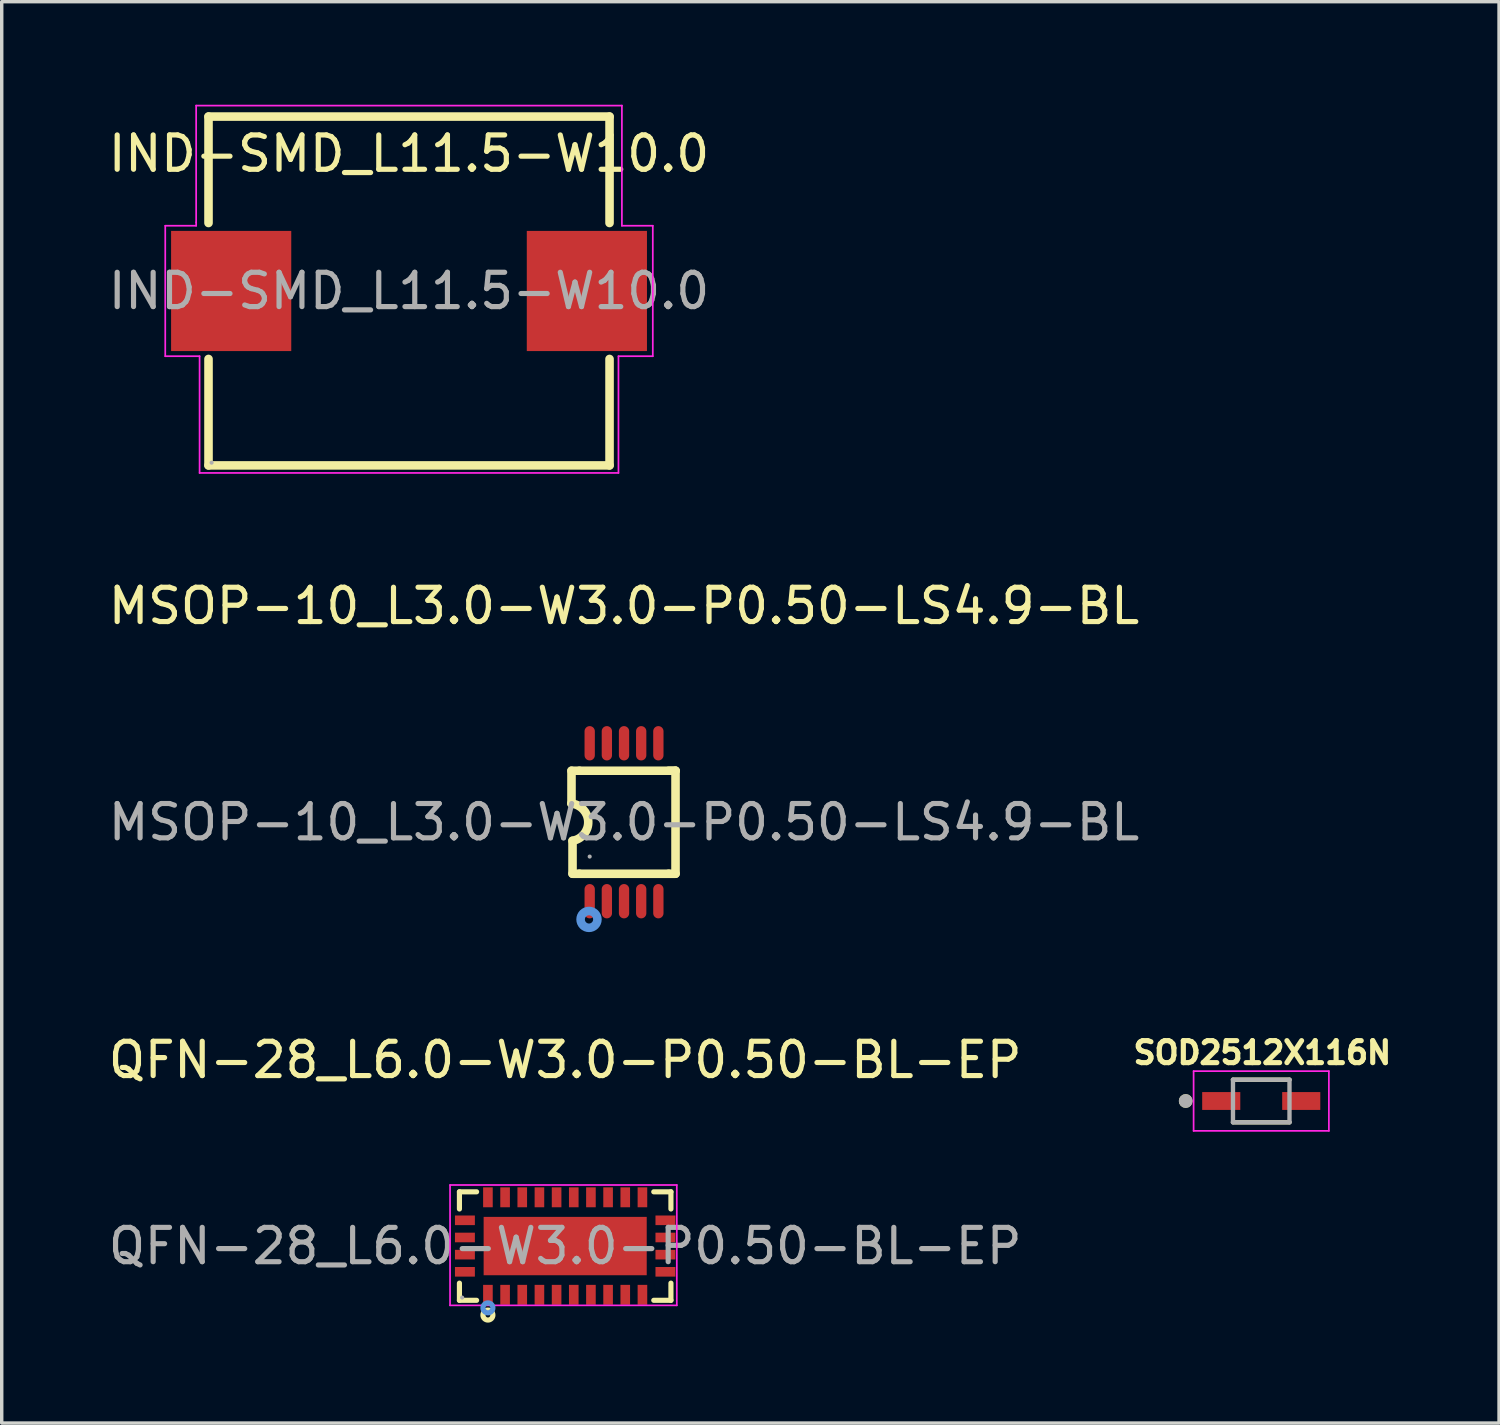
<source format=kicad_pcb>
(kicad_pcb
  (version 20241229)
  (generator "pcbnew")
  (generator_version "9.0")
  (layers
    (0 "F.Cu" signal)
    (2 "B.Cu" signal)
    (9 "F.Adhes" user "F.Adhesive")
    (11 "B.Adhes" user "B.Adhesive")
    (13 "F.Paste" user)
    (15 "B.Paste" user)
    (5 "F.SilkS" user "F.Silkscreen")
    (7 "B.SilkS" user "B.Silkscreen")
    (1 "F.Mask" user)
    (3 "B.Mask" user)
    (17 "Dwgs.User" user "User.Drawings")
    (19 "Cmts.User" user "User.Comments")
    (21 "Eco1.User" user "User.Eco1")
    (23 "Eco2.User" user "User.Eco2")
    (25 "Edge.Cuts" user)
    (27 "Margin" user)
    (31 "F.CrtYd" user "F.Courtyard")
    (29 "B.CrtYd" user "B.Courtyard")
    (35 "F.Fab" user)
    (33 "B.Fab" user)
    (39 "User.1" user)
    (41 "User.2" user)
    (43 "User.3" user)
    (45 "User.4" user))
  (footprint "SOD2512X116N"
    (layer "F.Cu")
    (at 33.684 29.017)
    (property "Reference" "SOD2512X116N" (at 0.032 -1.406 0) (layer "F.SilkS") (effects (font (size 0.64 0.64) (thickness 0.15))))
    (attr smd)
    (fp_line (start -0.823 0.62) (end 0.823 0.62) (stroke (width 0.127) (type solid)) (layer "F.SilkS"))
    (fp_line (start 0.823 -0.62) (end -0.823 -0.62) (stroke (width 0.127) (type solid)) (layer "F.SilkS"))
    (fp_circle (center -2.2 0) (end -2.1 0) (stroke (width 0.2) (type solid)) (fill no) (layer "F.SilkS"))
    (fp_line (start -1.97 -0.87) (end -1.97 0.87) (stroke (width 0.05) (type solid)) (layer "F.CrtYd"))
    (fp_line (start -1.97 0.87) (end 1.97 0.87) (stroke (width 0.05) (type solid)) (layer "F.CrtYd"))
    (fp_line (start 1.97 -0.87) (end -1.97 -0.87) (stroke (width 0.05) (type solid)) (layer "F.CrtYd"))
    (fp_line (start 1.97 0.87) (end 1.97 -0.87) (stroke (width 0.05) (type solid)) (layer "F.CrtYd"))
    (fp_line (start -0.823 -0.62) (end -0.823 0.62) (stroke (width 0.127) (type solid)) (layer "F.Fab"))
    (fp_line (start -0.823 0.62) (end 0.823 0.62) (stroke (width 0.127) (type solid)) (layer "F.Fab"))
    (fp_line (start 0.823 -0.62) (end -0.823 -0.62) (stroke (width 0.127) (type solid)) (layer "F.Fab"))
    (fp_line (start 0.823 0.62) (end 0.823 -0.62) (stroke (width 0.127) (type solid)) (layer "F.Fab"))
    (fp_circle (center -2.2 0) (end -2.1 0) (stroke (width 0.2) (type solid)) (fill no) (layer "F.Fab"))
    (pad "1" smd rect (at -1.165 0) (size 1.11 0.52) (layers "F.Cu" "F.Mask" "F.Paste"))
    (pad "2" smd rect (at 1.165 0) (size 1.11 0.52) (layers "F.Cu" "F.Mask" "F.Paste")))
  (footprint "IND-SMD_L11.5-W10.0"
    (layer "F.Cu")
    (at 8.863 5.425)
    (property "Reference" "IND-SMD_L11.5-W10.0" (at 0 -4 0) (layer "F.SilkS") (effects (font (size 1 1) (thickness 0.15))))
    (attr smd)
    (fp_line (start -5.84 -5.08) (end -5.84 -1.98) (stroke (width 0.25) (type solid)) (layer "F.SilkS"))
    (fp_line (start -5.84 1.98) (end -5.84 5.08) (stroke (width 0.25) (type solid)) (layer "F.SilkS"))
    (fp_line (start -5.84 5.08) (end 5.84 5.08) (stroke (width 0.25) (type solid)) (layer "F.SilkS"))
    (fp_line (start 5.84 -5.08) (end -5.84 -5.08) (stroke (width 0.25) (type solid)) (layer "F.SilkS"))
    (fp_line (start 5.84 -1.98) (end 5.84 -5.08) (stroke (width 0.25) (type solid)) (layer "F.SilkS"))
    (fp_line (start 5.84 5.08) (end 5.84 1.98) (stroke (width 0.25) (type solid)) (layer "F.SilkS"))
    (fp_line (start -7.1 -1.9) (end -6.2 -1.9) (stroke (width 0.05) (type default)) (layer "F.CrtYd"))
    (fp_line (start -7.1 1.9) (end -7.1 -1.9) (stroke (width 0.05) (type default)) (layer "F.CrtYd"))
    (fp_line (start -6.2 -5.4) (end 6.2 -5.4) (stroke (width 0.05) (type default)) (layer "F.CrtYd"))
    (fp_line (start -6.2 -2) (end -6.2 -5.4) (stroke (width 0.05) (type default)) (layer "F.CrtYd"))
    (fp_line (start -6.2 -1.9) (end -6.2 -2) (stroke (width 0.05) (type default)) (layer "F.CrtYd"))
    (fp_line (start -6.1 1.9) (end -7.1 1.9) (stroke (width 0.05) (type default)) (layer "F.CrtYd"))
    (fp_line (start -6.1 5.3) (end -6.1 1.9) (stroke (width 0.05) (type default)) (layer "F.CrtYd"))
    (fp_line (start 6.1 1.9) (end 6.1 5.3) (stroke (width 0.05) (type default)) (layer "F.CrtYd"))
    (fp_line (start 6.1 5.3) (end -6.1 5.3) (stroke (width 0.05) (type default)) (layer "F.CrtYd"))
    (fp_line (start 6.2 -5.4) (end 6.2 -1.9) (stroke (width 0.05) (type default)) (layer "F.CrtYd"))
    (fp_line (start 6.2 -1.9) (end 7.1 -1.9) (stroke (width 0.05) (type default)) (layer "F.CrtYd"))
    (fp_line (start 7.1 -1.9) (end 7.1 1.9) (stroke (width 0.05) (type default)) (layer "F.CrtYd"))
    (fp_line (start 7.1 1.9) (end 6.1 1.9) (stroke (width 0.05) (type default)) (layer "F.CrtYd"))
    (fp_circle (center -5.75 5) (end -5.72 5) (stroke (width 0.06) (type solid)) (fill no) (layer "F.Fab"))
    (fp_text user "${REFERENCE}" (at 0 0 0) (layer "F.Fab") (effects (font (size 1 1) (thickness 0.15))))
    (pad "1" smd rect (at -5.18 0) (size 3.5 3.5) (layers "F.Cu" "F.Mask" "F.Paste"))
    (pad "2" smd rect (at 5.18 0) (size 3.5 3.5) (layers "F.Cu" "F.Mask" "F.Paste")))
  (footprint "MSOP-10_L3.0-W3.0-P0.50-LS4.9-BL"
    (layer "F.Cu")
    (at 15.125 20.898)
    (property "Reference" "MSOP-10_L3.0-W3.0-P0.50-LS4.9-BL" (at 0 -6.3 0) (layer "F.SilkS") (effects (font (size 1 1) (thickness 0.15))))
    (attr smd)
    (fp_line (start -1.53 -1.5) (end -1.53 -0.55) (stroke (width 0.25) (type solid)) (layer "F.SilkS"))
    (fp_line (start -1.5 0.54) (end -1.5 1.5) (stroke (width 0.25) (type solid)) (layer "F.SilkS"))
    (fp_line (start -1.3 -1.5) (end -1.53 -1.5) (stroke (width 0.25) (type solid)) (layer "F.SilkS"))
    (fp_line (start -1.3 -1.5) (end 1.5 -1.5) (stroke (width 0.25) (type solid)) (layer "F.SilkS"))
    (fp_line (start -1.3 1.5) (end -1.5 1.5) (stroke (width 0.25) (type solid)) (layer "F.SilkS"))
    (fp_line (start -1.3 1.5) (end 1.3 1.5) (stroke (width 0.25) (type solid)) (layer "F.SilkS"))
    (fp_line (start 1.5 -1.5) (end 1.3 -1.5) (stroke (width 0.25) (type solid)) (layer "F.SilkS"))
    (fp_line (start 1.5 -1.5) (end 1.5 1.5) (stroke (width 0.25) (type solid)) (layer "F.SilkS"))
    (fp_line (start 1.5 1.5) (end 1.3 1.5) (stroke (width 0.25) (type solid)) (layer "F.SilkS"))
    (fp_arc (start -1.53584 -0.544763) (mid -1.04285 -0.018078) (end -1.5 0.54) (stroke (width 0.25) (type solid)) (layer "F.SilkS"))
    (fp_circle (center -1.02 2.83) (end -0.9 2.83) (stroke (width 0.25) (type solid)) (fill no) (layer "Cmts.User"))
    (fp_circle (center -1 1) (end -0.97 1) (stroke (width 0.06) (type solid)) (fill no) (layer "F.Fab"))
    (fp_text user "${REFERENCE}" (at 0 0 0) (layer "F.Fab") (effects (font (size 1 1) (thickness 0.15))))
    (pad "1" smd oval (at -1 2.3) (size 0.3 1) (layers "F.Cu" "F.Mask" "F.Paste"))
    (pad "2" smd oval (at -0.5 2.3) (size 0.3 1) (layers "F.Cu" "F.Mask" "F.Paste"))
    (pad "3" smd oval (at 0 2.3) (size 0.3 1) (layers "F.Cu" "F.Mask" "F.Paste"))
    (pad "4" smd oval (at 0.5 2.3) (size 0.3 1) (layers "F.Cu" "F.Mask" "F.Paste"))
    (pad "5" smd oval (at 1 2.3) (size 0.3 1) (layers "F.Cu" "F.Mask" "F.Paste"))
    (pad "6" smd oval (at 1 -2.3) (size 0.3 1) (layers "F.Cu" "F.Mask" "F.Paste"))
    (pad "7" smd oval (at 0.5 -2.3) (size 0.3 1) (layers "F.Cu" "F.Mask" "F.Paste"))
    (pad "8" smd oval (at 0 -2.3) (size 0.3 1) (layers "F.Cu" "F.Mask" "F.Paste"))
    (pad "9" smd oval (at -0.5 -2.3) (size 0.3 1) (layers "F.Cu" "F.Mask" "F.Paste"))
    (pad "10" smd oval (at -1 -2.3) (size 0.3 1) (layers "F.Cu" "F.Mask" "F.Paste")))
  (footprint "QFN-28_L6.0-W3.0-P0.50-BL-EP"
    (layer "F.Cu")
    (at 13.411 33.242)
    (property "Reference" "QFN-28_L6.0-W3.0-P0.50-BL-EP" (at 0 -5.42 0) (layer "F.SilkS") (effects (font (size 1 1) (thickness 0.15))))
    (attr smd)
    (fp_line (start -3.08 -1.58) (end -2.58 -1.58) (stroke (width 0.15) (type solid)) (layer "F.SilkS"))
    (fp_line (start -3.08 -1.08) (end -3.08 -1.58) (stroke (width 0.15) (type solid)) (layer "F.SilkS"))
    (fp_line (start -3.08 1.08) (end -3.08 1.58) (stroke (width 0.15) (type solid)) (layer "F.SilkS"))
    (fp_line (start -3.08 1.58) (end -2.58 1.58) (stroke (width 0.15) (type solid)) (layer "F.SilkS"))
    (fp_line (start 3.08 -1.58) (end 2.58 -1.58) (stroke (width 0.15) (type solid)) (layer "F.SilkS"))
    (fp_line (start 3.08 -1.08) (end 3.08 -1.58) (stroke (width 0.15) (type solid)) (layer "F.SilkS"))
    (fp_line (start 3.08 1.08) (end 3.08 1.58) (stroke (width 0.15) (type solid)) (layer "F.SilkS"))
    (fp_line (start 3.08 1.58) (end 2.58 1.58) (stroke (width 0.15) (type solid)) (layer "F.SilkS"))
    (fp_circle (center -2.25 2.01) (end -2.18 2.01) (stroke (width 0.15) (type solid)) (fill no) (layer "F.SilkS"))
    (fp_circle (center -2.25 1.8) (end -2.18 1.8) (stroke (width 0.15) (type solid)) (fill no) (layer "Cmts.User"))
    (fp_line (start -3.353 -1.778) (end -3.353 1.727) (stroke (width 0.05) (type default)) (layer "F.CrtYd"))
    (fp_line (start -3.353 -1.778) (end 3.251 -1.778) (stroke (width 0.05) (type default)) (layer "F.CrtYd"))
    (fp_line (start 3.251 -1.778) (end 3.251 1.727) (stroke (width 0.05) (type default)) (layer "F.CrtYd"))
    (fp_line (start 3.251 1.727) (end -3.353 1.727) (stroke (width 0.05) (type default)) (layer "F.CrtYd"))
    (fp_circle (center -3 1.5) (end -2.97 1.5) (stroke (width 0.06) (type solid)) (fill no) (layer "F.Fab"))
    (fp_text user "${REFERENCE}" (at 0 0 0) (layer "F.Fab") (effects (font (size 1 1) (thickness 0.15))))
    (pad "1" smd rect (at -2.25 1.42) (size 0.28 0.58) (layers "F.Cu" "F.Mask" "F.Paste"))
    (pad "2" smd rect (at -1.75 1.42) (size 0.28 0.58) (layers "F.Cu" "F.Mask" "F.Paste"))
    (pad "3" smd rect (at -1.25 1.42) (size 0.28 0.58) (layers "F.Cu" "F.Mask" "F.Paste"))
    (pad "4" smd rect (at -0.75 1.42) (size 0.28 0.58) (layers "F.Cu" "F.Mask" "F.Paste"))
    (pad "5" smd rect (at -0.25 1.42) (size 0.28 0.58) (layers "F.Cu" "F.Mask" "F.Paste"))
    (pad "5" smd rect (at 0.25 1.42) (size 0.28 0.58) (layers "F.Cu" "F.Mask" "F.Paste"))
    (pad "5" smd rect (at 0.75 1.42) (size 0.28 0.58) (layers "F.Cu" "F.Mask" "F.Paste"))
    (pad "8" smd rect (at 1.25 1.42) (size 0.28 0.58) (layers "F.Cu" "F.Mask" "F.Paste"))
    (pad "8" smd rect (at 1.75 1.42) (size 0.28 0.58) (layers "F.Cu" "F.Mask" "F.Paste"))
    (pad "8" smd rect (at 2.25 1.42) (size 0.28 0.58) (layers "F.Cu" "F.Mask" "F.Paste"))
    (pad "11" smd rect (at 0 0) (size 4.75 1.7) (layers "F.Cu" "F.Mask" "F.Paste"))
    (pad "11" smd rect (at 2.92 -0.75) (size 0.58 0.28) (layers "F.Cu" "F.Mask" "F.Paste"))
    (pad "11" smd rect (at 2.92 -0.25) (size 0.58 0.28) (layers "F.Cu" "F.Mask" "F.Paste"))
    (pad "11" smd rect (at 2.92 0.25) (size 0.58 0.28) (layers "F.Cu" "F.Mask" "F.Paste"))
    (pad "11" smd rect (at 2.92 0.75) (size 0.58 0.28) (layers "F.Cu" "F.Mask" "F.Paste"))
    (pad "15" smd rect (at 0.25 -1.42) (size 0.28 0.58) (layers "F.Cu" "F.Mask" "F.Paste"))
    (pad "15" smd rect (at 0.75 -1.42) (size 0.28 0.58) (layers "F.Cu" "F.Mask" "F.Paste"))
    (pad "15" smd rect (at 1.25 -1.42) (size 0.28 0.58) (layers "F.Cu" "F.Mask" "F.Paste"))
    (pad "15" smd rect (at 1.75 -1.42) (size 0.28 0.58) (layers "F.Cu" "F.Mask" "F.Paste"))
    (pad "15" smd rect (at 2.25 -1.42) (size 0.28 0.58) (layers "F.Cu" "F.Mask" "F.Paste"))
    (pad "20" smd rect (at -0.25 -1.42) (size 0.28 0.58) (layers "F.Cu" "F.Mask" "F.Paste"))
    (pad "21" smd rect (at -0.75 -1.42) (size 0.28 0.58) (layers "F.Cu" "F.Mask" "F.Paste"))
    (pad "22" smd rect (at -1.25 -1.42) (size 0.28 0.58) (layers "F.Cu" "F.Mask" "F.Paste"))
    (pad "23" smd rect (at -1.75 -1.42) (size 0.28 0.58) (layers "F.Cu" "F.Mask" "F.Paste"))
    (pad "24" smd rect (at -2.25 -1.42) (size 0.28 0.58) (layers "F.Cu" "F.Mask" "F.Paste"))
    (pad "25" smd rect (at -2.92 -0.75) (size 0.58 0.28) (layers "F.Cu" "F.Mask" "F.Paste"))
    (pad "25" smd rect (at -2.92 -0.25) (size 0.58 0.28) (layers "F.Cu" "F.Mask" "F.Paste"))
    (pad "25" smd rect (at -2.92 0.25) (size 0.58 0.28) (layers "F.Cu" "F.Mask" "F.Paste"))
    (pad "25" smd rect (at -2.92 0.75) (size 0.58 0.28) (layers "F.Cu" "F.Mask" "F.Paste")))
  (gr_rect
    (start -3 -3)
    (end 40.61 38.397)
    (stroke (width 0.1) (type default))
    (fill no)
    (layer "Edge.Cuts")))
</source>
